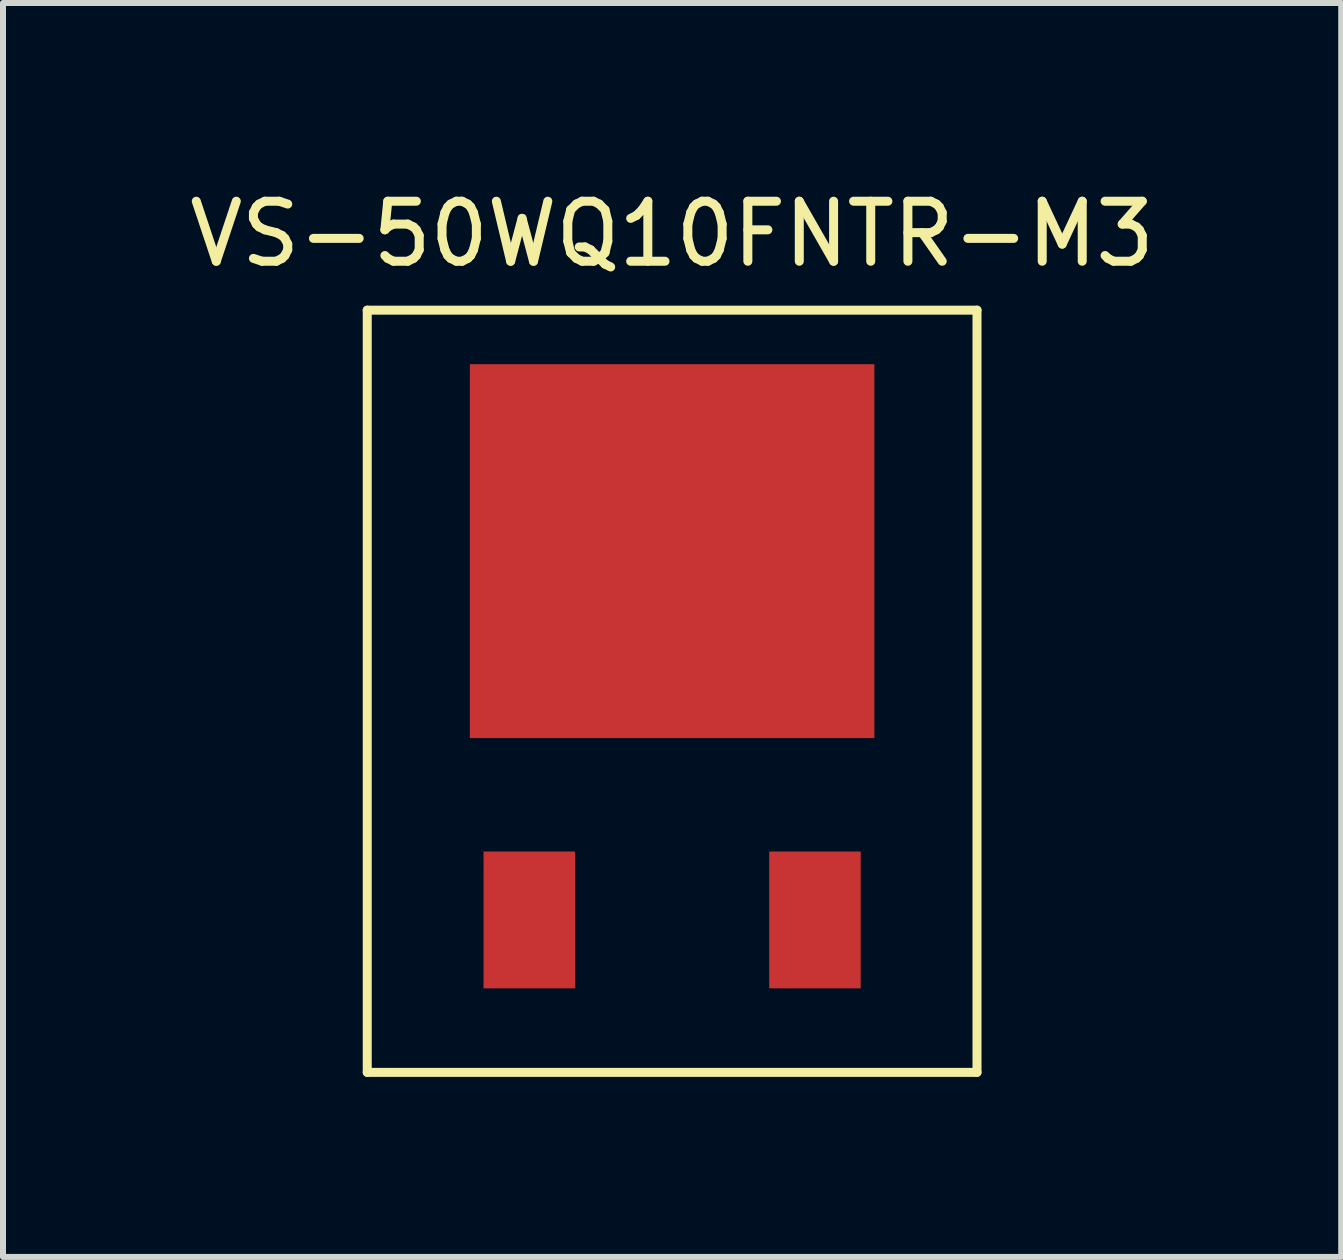
<source format=kicad_pcb>
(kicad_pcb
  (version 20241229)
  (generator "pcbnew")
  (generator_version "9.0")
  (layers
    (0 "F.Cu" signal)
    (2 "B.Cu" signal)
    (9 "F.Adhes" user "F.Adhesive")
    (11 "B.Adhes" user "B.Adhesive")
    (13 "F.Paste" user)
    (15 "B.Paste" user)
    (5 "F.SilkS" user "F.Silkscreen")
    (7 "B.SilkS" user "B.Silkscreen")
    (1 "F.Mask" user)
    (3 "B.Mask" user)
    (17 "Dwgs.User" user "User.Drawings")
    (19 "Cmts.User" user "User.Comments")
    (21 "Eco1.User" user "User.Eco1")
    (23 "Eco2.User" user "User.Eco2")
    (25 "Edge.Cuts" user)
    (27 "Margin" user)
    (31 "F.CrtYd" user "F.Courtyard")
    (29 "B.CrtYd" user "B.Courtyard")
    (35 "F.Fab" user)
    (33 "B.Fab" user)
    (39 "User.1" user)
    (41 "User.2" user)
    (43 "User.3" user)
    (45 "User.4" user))
  (footprint "VS-50WQ10FNTR-M3"
    (layer "F.Cu")
    (at 8.149 12.278)
    (property "Reference" "VS-50WQ10FNTR-M3" (at 0 -11.43 0) (layer "F.SilkS") (effects (font (size 1 1) (thickness 0.15))))
    (attr through_hole)
    (fp_line (start -5.08 -10.16) (end 5.08 -10.16) (stroke (width 0.15) (type solid)) (layer "F.SilkS"))
    (fp_line (start -5.08 2.54) (end -5.08 -10.16) (stroke (width 0.15) (type solid)) (layer "F.SilkS"))
    (fp_line (start 5.08 -10.16) (end 5.08 2.54) (stroke (width 0.15) (type solid)) (layer "F.SilkS"))
    (fp_line (start 5.08 2.54) (end -5.08 2.54) (stroke (width 0.15) (type solid)) (layer "F.SilkS"))
    (pad "1" smd rect (at -2.38 0) (size 1.524 2.28) (layers "F.Cu" "F.Mask" "F.Paste"))
    (pad "2" smd rect (at 2.38 0) (size 1.524 2.28) (layers "F.Cu" "F.Mask" "F.Paste"))
    (pad "3" smd rect (at 0 -6.145) (size 6.74 6.23) (layers "F.Cu" "F.Mask" "F.Paste")))
  (gr_rect
    (start -3 -3)
    (end 19.298 17.893)
    (stroke (width 0.1) (type default))
    (fill no)
    (layer "Edge.Cuts")))
</source>
